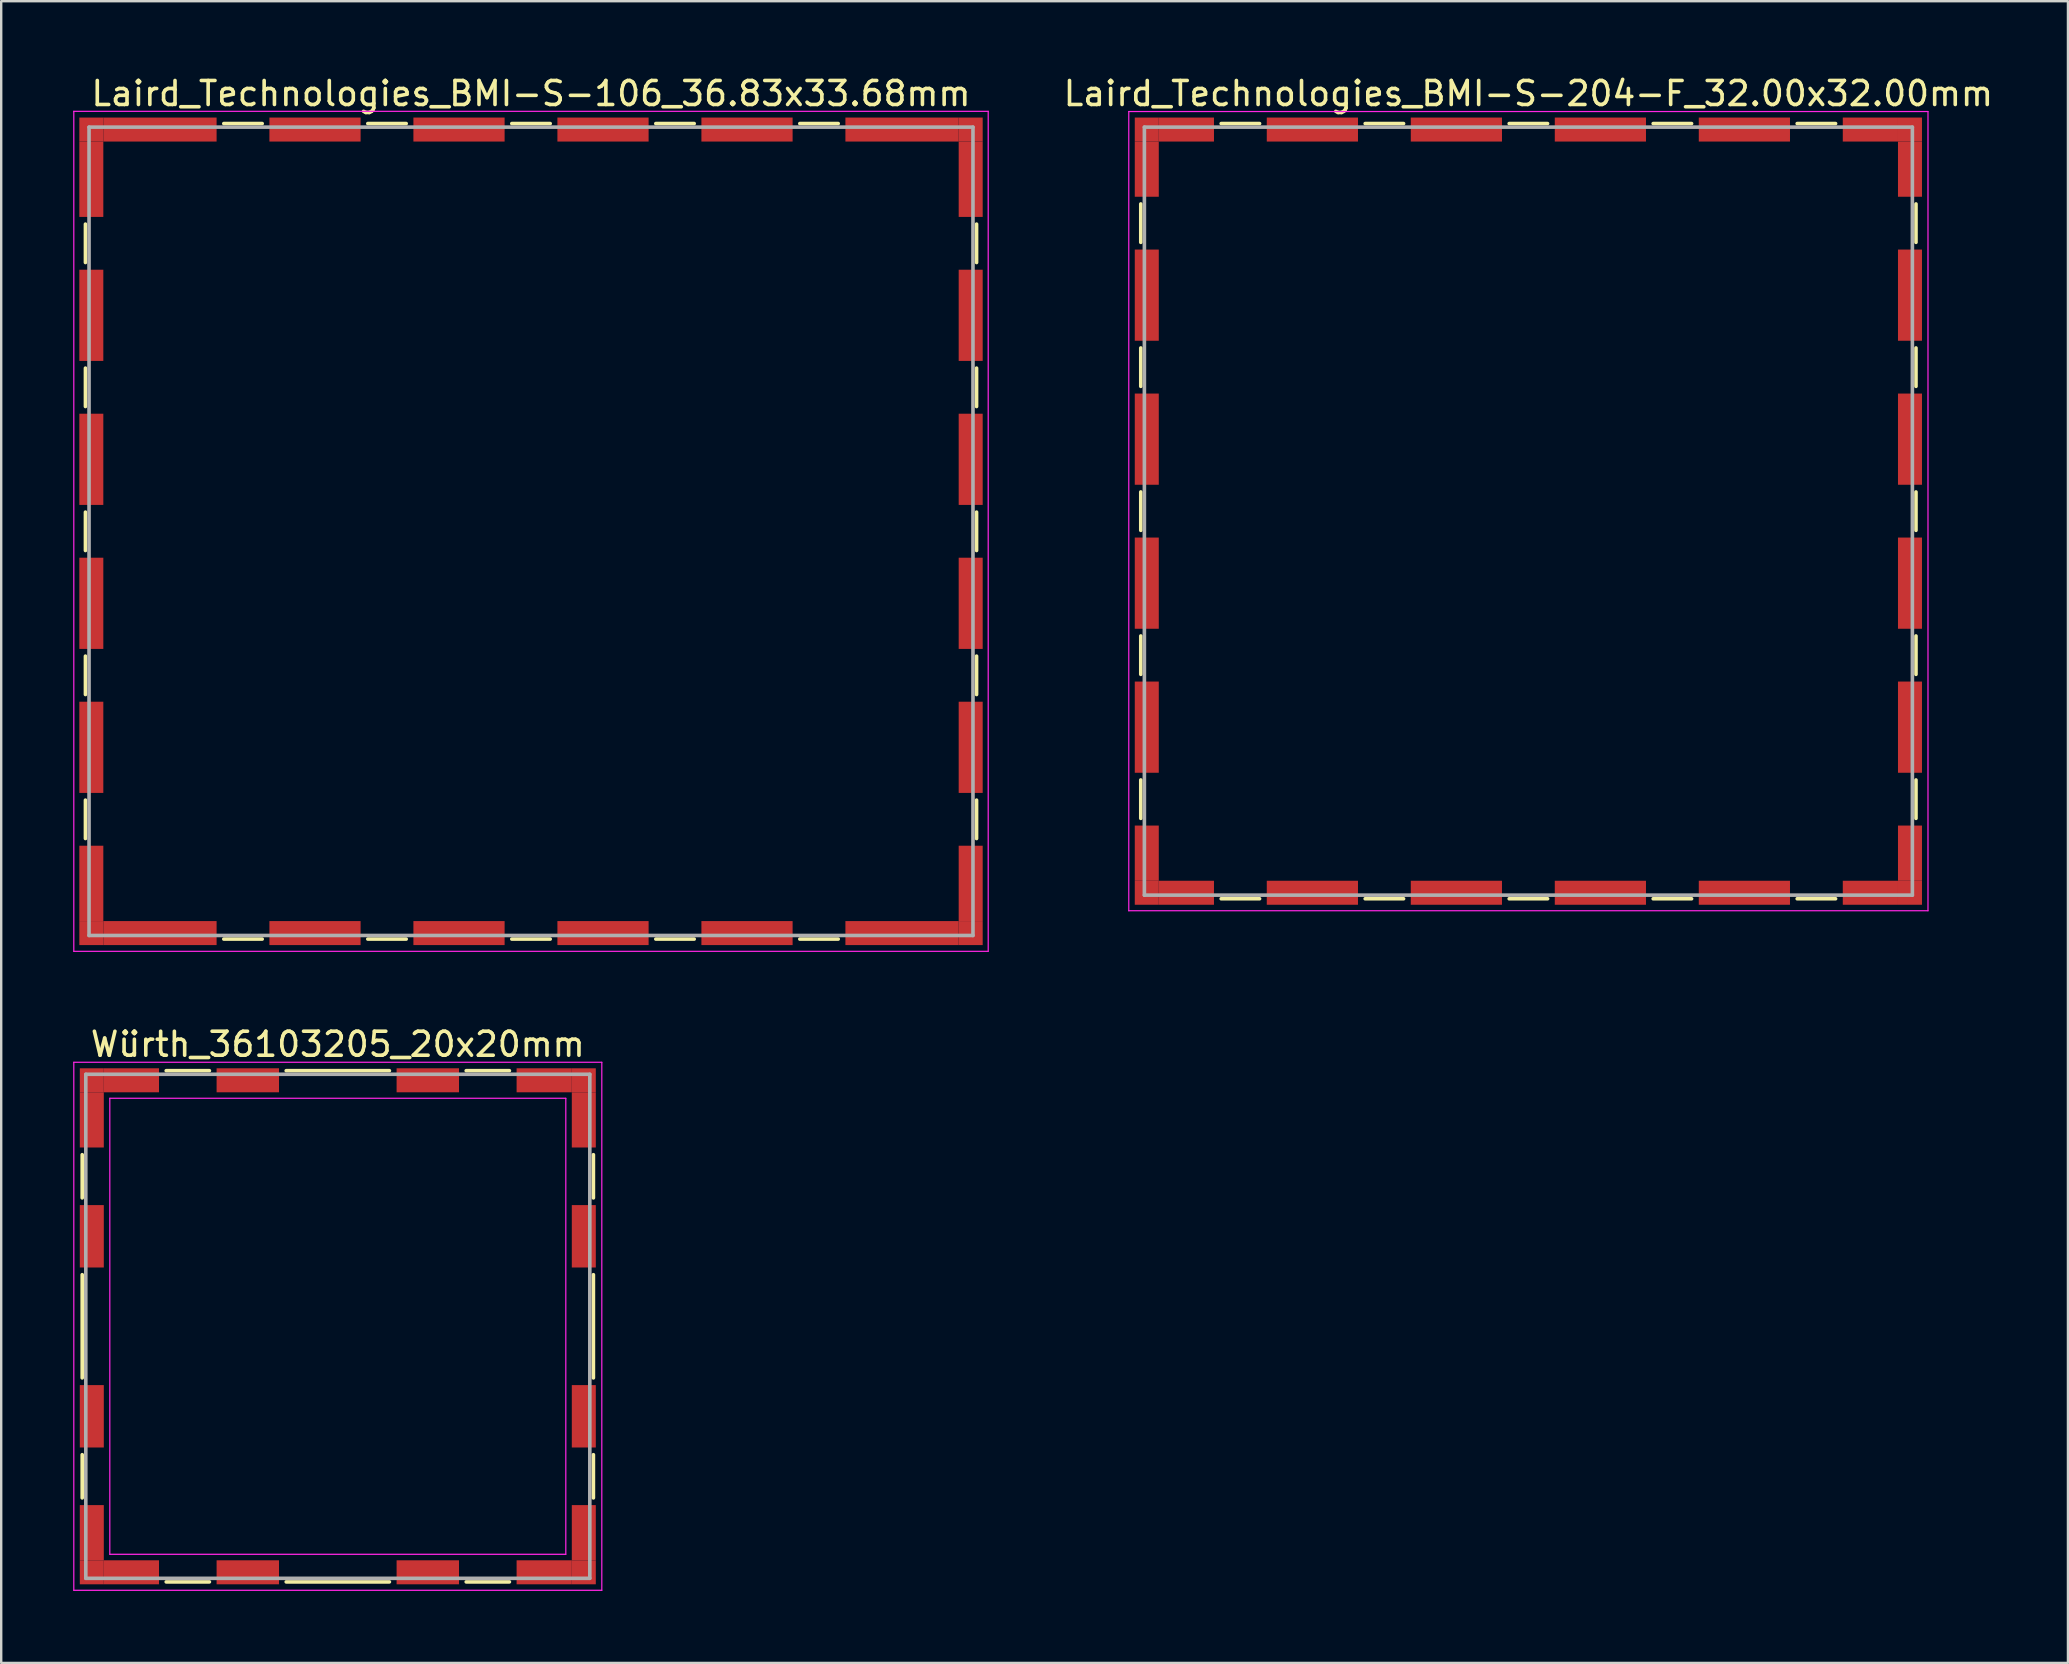
<source format=kicad_pcb>
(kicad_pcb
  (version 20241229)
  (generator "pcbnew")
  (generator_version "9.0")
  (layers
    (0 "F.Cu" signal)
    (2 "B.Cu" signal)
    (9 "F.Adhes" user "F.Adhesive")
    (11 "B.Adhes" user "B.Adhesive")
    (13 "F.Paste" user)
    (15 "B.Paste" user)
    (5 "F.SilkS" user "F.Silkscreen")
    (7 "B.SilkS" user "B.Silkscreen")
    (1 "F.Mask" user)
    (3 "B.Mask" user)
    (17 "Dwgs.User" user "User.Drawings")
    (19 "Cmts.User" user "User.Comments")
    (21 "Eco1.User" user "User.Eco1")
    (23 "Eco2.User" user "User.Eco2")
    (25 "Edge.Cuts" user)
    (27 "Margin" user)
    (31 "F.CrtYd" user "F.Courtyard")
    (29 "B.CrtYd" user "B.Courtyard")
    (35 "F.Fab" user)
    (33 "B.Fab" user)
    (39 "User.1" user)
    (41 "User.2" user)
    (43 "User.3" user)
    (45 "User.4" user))
  (footprint "Laird_Technologies_BMI-S-106_36.83x33.68mm"
    (layer "F.Cu")
    (at 19.075 19.088)
    (property "Reference" "Laird_Technologies_BMI-S-106_36.83x33.68mm" (at 0 -18.24 0) (layer "F.SilkS") (effects (font (size 1 1) (thickness 0.15))))
    (attr smd)
    (fp_line (start -18.565 -12.8) (end -18.565 -11.2) (stroke (width 0.15) (type solid)) (layer "F.SilkS"))
    (fp_line (start -18.565 -6.8) (end -18.565 -5.2) (stroke (width 0.15) (type solid)) (layer "F.SilkS"))
    (fp_line (start -18.565 -0.8) (end -18.565 0.8) (stroke (width 0.15) (type solid)) (layer "F.SilkS"))
    (fp_line (start -18.565 5.2) (end -18.565 6.8) (stroke (width 0.15) (type solid)) (layer "F.SilkS"))
    (fp_line (start -18.565 11.2) (end -18.565 12.8) (stroke (width 0.15) (type solid)) (layer "F.SilkS"))
    (fp_line (start -12.8 -16.99) (end -11.2 -16.99) (stroke (width 0.15) (type solid)) (layer "F.SilkS"))
    (fp_line (start -12.8 16.99) (end -11.2 16.99) (stroke (width 0.15) (type solid)) (layer "F.SilkS"))
    (fp_line (start -6.8 -16.99) (end -5.2 -16.99) (stroke (width 0.15) (type solid)) (layer "F.SilkS"))
    (fp_line (start -6.8 16.99) (end -5.2 16.99) (stroke (width 0.15) (type solid)) (layer "F.SilkS"))
    (fp_line (start -0.8 -16.99) (end 0.8 -16.99) (stroke (width 0.15) (type solid)) (layer "F.SilkS"))
    (fp_line (start -0.8 16.99) (end 0.8 16.99) (stroke (width 0.15) (type solid)) (layer "F.SilkS"))
    (fp_line (start 5.2 -16.99) (end 6.8 -16.99) (stroke (width 0.15) (type solid)) (layer "F.SilkS"))
    (fp_line (start 5.2 16.99) (end 6.8 16.99) (stroke (width 0.15) (type solid)) (layer "F.SilkS"))
    (fp_line (start 11.2 -16.99) (end 12.8 -16.99) (stroke (width 0.15) (type solid)) (layer "F.SilkS"))
    (fp_line (start 11.2 16.99) (end 12.8 16.99) (stroke (width 0.15) (type solid)) (layer "F.SilkS"))
    (fp_line (start 18.565 -12.8) (end 18.565 -11.2) (stroke (width 0.15) (type solid)) (layer "F.SilkS"))
    (fp_line (start 18.565 -6.8) (end 18.565 -5.2) (stroke (width 0.15) (type solid)) (layer "F.SilkS"))
    (fp_line (start 18.565 -0.8) (end 18.565 0.8) (stroke (width 0.15) (type solid)) (layer "F.SilkS"))
    (fp_line (start 18.565 5.2) (end 18.565 6.8) (stroke (width 0.15) (type solid)) (layer "F.SilkS"))
    (fp_line (start 18.565 11.2) (end 18.565 12.8) (stroke (width 0.15) (type solid)) (layer "F.SilkS"))
    (fp_line (start -19.05 -17.5) (end -19.05 17.5) (stroke (width 0.05) (type solid)) (layer "F.CrtYd"))
    (fp_line (start -19.05 17.5) (end 19.05 17.5) (stroke (width 0.05) (type solid)) (layer "F.CrtYd"))
    (fp_line (start 19.05 -17.5) (end -19.05 -17.5) (stroke (width 0.05) (type solid)) (layer "F.CrtYd"))
    (fp_line (start 19.05 17.5) (end 19.05 -17.5) (stroke (width 0.05) (type solid)) (layer "F.CrtYd"))
    (fp_line (start -18.415 -16.84) (end -18.415 16.84) (stroke (width 0.15) (type solid)) (layer "F.Fab"))
    (fp_line (start -18.415 16.84) (end 18.415 16.84) (stroke (width 0.15) (type solid)) (layer "F.Fab"))
    (fp_line (start 18.415 -16.84) (end -18.415 -16.84) (stroke (width 0.15) (type solid)) (layer "F.Fab"))
    (fp_line (start 18.415 16.84) (end 18.415 -16.84) (stroke (width 0.15) (type solid)) (layer "F.Fab"))
    (pad "1" smd rect (at -18.32 -16.74) (size 1 1) (layers "F.Cu" "F.Mask"))
    (pad "1" smd rect (at -18.32 -14.67) (size 1 3.14) (layers "F.Cu" "F.Mask"))
    (pad "1" smd rect (at -18.32 -9) (size 1 3.8) (layers "F.Cu" "F.Mask"))
    (pad "1" smd rect (at -18.32 -3) (size 1 3.8) (layers "F.Cu" "F.Mask"))
    (pad "1" smd rect (at -18.32 3) (size 1 3.8) (layers "F.Cu" "F.Mask"))
    (pad "1" smd rect (at -18.32 9) (size 1 3.8) (layers "F.Cu" "F.Mask"))
    (pad "1" smd rect (at -18.32 14.67) (size 1 3.14) (layers "F.Cu" "F.Mask"))
    (pad "1" smd rect (at -18.32 16.74) (size 1 1) (layers "F.Cu" "F.Mask"))
    (pad "1" smd rect (at -15.46 -16.74) (size 4.72 1) (layers "F.Cu" "F.Mask"))
    (pad "1" smd rect (at -15.46 16.74) (size 4.72 1) (layers "F.Cu" "F.Mask"))
    (pad "1" smd rect (at -9 -16.74) (size 3.8 1) (layers "F.Cu" "F.Mask"))
    (pad "1" smd rect (at -9 16.74) (size 3.8 1) (layers "F.Cu" "F.Mask"))
    (pad "1" smd rect (at -3 -16.74) (size 3.8 1) (layers "F.Cu" "F.Mask"))
    (pad "1" smd rect (at -3 16.74) (size 3.8 1) (layers "F.Cu" "F.Mask"))
    (pad "1" smd rect (at 3 -16.74) (size 3.8 1) (layers "F.Cu" "F.Mask"))
    (pad "1" smd rect (at 3 16.74) (size 3.8 1) (layers "F.Cu" "F.Mask"))
    (pad "1" smd rect (at 9 -16.74) (size 3.8 1) (layers "F.Cu" "F.Mask"))
    (pad "1" smd rect (at 9 16.74) (size 3.8 1) (layers "F.Cu" "F.Mask"))
    (pad "1" smd rect (at 15.46 -16.74) (size 4.72 1) (layers "F.Cu" "F.Mask"))
    (pad "1" smd rect (at 15.46 16.74) (size 4.72 1) (layers "F.Cu" "F.Mask"))
    (pad "1" smd rect (at 18.32 -16.74) (size 1 1) (layers "F.Cu" "F.Mask"))
    (pad "1" smd rect (at 18.32 -14.67) (size 1 3.14) (layers "F.Cu" "F.Mask"))
    (pad "1" smd rect (at 18.32 -9) (size 1 3.8) (layers "F.Cu" "F.Mask"))
    (pad "1" smd rect (at 18.32 -3) (size 1 3.8) (layers "F.Cu" "F.Mask"))
    (pad "1" smd rect (at 18.32 3) (size 1 3.8) (layers "F.Cu" "F.Mask"))
    (pad "1" smd rect (at 18.32 9) (size 1 3.8) (layers "F.Cu" "F.Mask"))
    (pad "1" smd rect (at 18.32 14.67) (size 1 3.14) (layers "F.Cu" "F.Mask"))
    (pad "1" smd rect (at 18.32 16.74) (size 1 1) (layers "F.Cu" "F.Mask")))
  (footprint "Laird_Technologies_BMI-S-204-F_32.00x32.00mm"
    (layer "F.Cu")
    (at 60.632 18.248)
    (property "Reference" "Laird_Technologies_BMI-S-204-F_32.00x32.00mm" (at 0 -17.4 0) (layer "F.SilkS") (effects (font (size 1 1) (thickness 0.15))))
    (attr smd)
    (fp_line (start -16.15 -12.8) (end -16.15 -11.2) (stroke (width 0.15) (type solid)) (layer "F.SilkS"))
    (fp_line (start -16.15 -6.8) (end -16.15 -5.2) (stroke (width 0.15) (type solid)) (layer "F.SilkS"))
    (fp_line (start -16.15 -0.8) (end -16.15 0.8) (stroke (width 0.15) (type solid)) (layer "F.SilkS"))
    (fp_line (start -16.15 5.2) (end -16.15 6.8) (stroke (width 0.15) (type solid)) (layer "F.SilkS"))
    (fp_line (start -16.15 11.2) (end -16.15 12.8) (stroke (width 0.15) (type solid)) (layer "F.SilkS"))
    (fp_line (start -12.8 -16.15) (end -11.2 -16.15) (stroke (width 0.15) (type solid)) (layer "F.SilkS"))
    (fp_line (start -12.8 16.15) (end -11.2 16.15) (stroke (width 0.15) (type solid)) (layer "F.SilkS"))
    (fp_line (start -6.8 -16.15) (end -5.2 -16.15) (stroke (width 0.15) (type solid)) (layer "F.SilkS"))
    (fp_line (start -6.8 16.15) (end -5.2 16.15) (stroke (width 0.15) (type solid)) (layer "F.SilkS"))
    (fp_line (start -0.8 -16.15) (end 0.8 -16.15) (stroke (width 0.15) (type solid)) (layer "F.SilkS"))
    (fp_line (start -0.8 16.15) (end 0.8 16.15) (stroke (width 0.15) (type solid)) (layer "F.SilkS"))
    (fp_line (start 5.2 -16.15) (end 6.8 -16.15) (stroke (width 0.15) (type solid)) (layer "F.SilkS"))
    (fp_line (start 5.2 16.15) (end 6.8 16.15) (stroke (width 0.15) (type solid)) (layer "F.SilkS"))
    (fp_line (start 11.2 -16.15) (end 12.8 -16.15) (stroke (width 0.15) (type solid)) (layer "F.SilkS"))
    (fp_line (start 11.2 16.15) (end 12.8 16.15) (stroke (width 0.15) (type solid)) (layer "F.SilkS"))
    (fp_line (start 16.15 -12.8) (end 16.15 -11.2) (stroke (width 0.15) (type solid)) (layer "F.SilkS"))
    (fp_line (start 16.15 -6.8) (end 16.15 -5.2) (stroke (width 0.15) (type solid)) (layer "F.SilkS"))
    (fp_line (start 16.15 -0.8) (end 16.15 0.8) (stroke (width 0.15) (type solid)) (layer "F.SilkS"))
    (fp_line (start 16.15 5.2) (end 16.15 6.8) (stroke (width 0.15) (type solid)) (layer "F.SilkS"))
    (fp_line (start 16.15 11.2) (end 16.15 12.8) (stroke (width 0.15) (type solid)) (layer "F.SilkS"))
    (fp_line (start -16.65 -16.65) (end -16.65 16.65) (stroke (width 0.05) (type solid)) (layer "F.CrtYd"))
    (fp_line (start -16.65 16.65) (end 16.65 16.65) (stroke (width 0.05) (type solid)) (layer "F.CrtYd"))
    (fp_line (start 16.65 -16.65) (end -16.65 -16.65) (stroke (width 0.05) (type solid)) (layer "F.CrtYd"))
    (fp_line (start 16.65 16.65) (end 16.65 -16.65) (stroke (width 0.05) (type solid)) (layer "F.CrtYd"))
    (fp_line (start -16 -16) (end -16 16) (stroke (width 0.15) (type solid)) (layer "F.Fab"))
    (fp_line (start -16 16) (end 16 16) (stroke (width 0.15) (type solid)) (layer "F.Fab"))
    (fp_line (start 16 -16) (end -16 -16) (stroke (width 0.15) (type solid)) (layer "F.Fab"))
    (fp_line (start 16 16) (end 16 -16) (stroke (width 0.15) (type solid)) (layer "F.Fab"))
    (pad "1" smd rect (at -15.9 -15.9) (size 1 1) (layers "F.Cu" "F.Mask"))
    (pad "1" smd rect (at -15.9 -14.25) (size 1 2.3) (layers "F.Cu" "F.Mask"))
    (pad "1" smd rect (at -15.9 -9) (size 1 3.8) (layers "F.Cu" "F.Mask"))
    (pad "1" smd rect (at -15.9 -3) (size 1 3.8) (layers "F.Cu" "F.Mask"))
    (pad "1" smd rect (at -15.9 3) (size 1 3.8) (layers "F.Cu" "F.Mask"))
    (pad "1" smd rect (at -15.9 9) (size 1 3.8) (layers "F.Cu" "F.Mask"))
    (pad "1" smd rect (at -15.9 14.25) (size 1 2.3) (layers "F.Cu" "F.Mask"))
    (pad "1" smd rect (at -15.9 15.9) (size 1 1) (layers "F.Cu" "F.Mask"))
    (pad "1" smd rect (at -14.25 -15.9) (size 2.3 1) (layers "F.Cu" "F.Mask"))
    (pad "1" smd rect (at -14.25 15.9) (size 2.3 1) (layers "F.Cu" "F.Mask"))
    (pad "1" smd rect (at -9 -15.9) (size 3.8 1) (layers "F.Cu" "F.Mask"))
    (pad "1" smd rect (at -9 15.9) (size 3.8 1) (layers "F.Cu" "F.Mask"))
    (pad "1" smd rect (at -3 -15.9) (size 3.8 1) (layers "F.Cu" "F.Mask"))
    (pad "1" smd rect (at -3 15.9) (size 3.8 1) (layers "F.Cu" "F.Mask"))
    (pad "1" smd rect (at 3 -15.9) (size 3.8 1) (layers "F.Cu" "F.Mask"))
    (pad "1" smd rect (at 3 15.9) (size 3.8 1) (layers "F.Cu" "F.Mask"))
    (pad "1" smd rect (at 9 -15.9) (size 3.8 1) (layers "F.Cu" "F.Mask"))
    (pad "1" smd rect (at 9 15.9) (size 3.8 1) (layers "F.Cu" "F.Mask"))
    (pad "1" smd rect (at 14.25 -15.9) (size 2.3 1) (layers "F.Cu" "F.Mask"))
    (pad "1" smd rect (at 14.25 15.9) (size 2.3 1) (layers "F.Cu" "F.Mask"))
    (pad "1" smd rect (at 15.9 -15.9) (size 1 1) (layers "F.Cu" "F.Mask"))
    (pad "1" smd rect (at 15.9 -14.25) (size 1 2.3) (layers "F.Cu" "F.Mask"))
    (pad "1" smd rect (at 15.9 -9) (size 1 3.8) (layers "F.Cu" "F.Mask"))
    (pad "1" smd rect (at 15.9 -3) (size 1 3.8) (layers "F.Cu" "F.Mask"))
    (pad "1" smd rect (at 15.9 3) (size 1 3.8) (layers "F.Cu" "F.Mask"))
    (pad "1" smd rect (at 15.9 9) (size 1 3.8) (layers "F.Cu" "F.Mask"))
    (pad "1" smd rect (at 15.9 14.25) (size 1 2.3) (layers "F.Cu" "F.Mask"))
    (pad "1" smd rect (at 15.9 15.9) (size 1 1) (layers "F.Cu" "F.Mask")))
  (footprint "Würth_36103205_20x20mm"
    (layer "F.Cu")
    (at 11.025 52.212)
    (property "Reference" "Würth_36103205_20x20mm" (at 0 -11.75 0) (layer "F.SilkS") (effects (font (size 1 1) (thickness 0.15))))
    (attr smd)
    (fp_line (start -10.65 -7.15) (end -10.65 -5.35) (stroke (width 0.15) (type solid)) (layer "F.SilkS"))
    (fp_line (start -10.65 -2.15) (end -10.65 2.15) (stroke (width 0.15) (type solid)) (layer "F.SilkS"))
    (fp_line (start -10.65 5.35) (end -10.65 7.15) (stroke (width 0.15) (type solid)) (layer "F.SilkS"))
    (fp_line (start -7.15 -10.65) (end -5.35 -10.65) (stroke (width 0.15) (type solid)) (layer "F.SilkS"))
    (fp_line (start -7.15 10.65) (end -5.35 10.65) (stroke (width 0.15) (type solid)) (layer "F.SilkS"))
    (fp_line (start -2.15 -10.65) (end 2.15 -10.65) (stroke (width 0.15) (type solid)) (layer "F.SilkS"))
    (fp_line (start -2.15 10.65) (end 2.15 10.65) (stroke (width 0.15) (type solid)) (layer "F.SilkS"))
    (fp_line (start 5.35 -10.65) (end 7.15 -10.65) (stroke (width 0.15) (type solid)) (layer "F.SilkS"))
    (fp_line (start 5.35 10.65) (end 7.15 10.65) (stroke (width 0.15) (type solid)) (layer "F.SilkS"))
    (fp_line (start 10.65 -7.15) (end 10.65 -5.35) (stroke (width 0.15) (type solid)) (layer "F.SilkS"))
    (fp_line (start 10.65 -2.15) (end 10.65 2.15) (stroke (width 0.15) (type solid)) (layer "F.SilkS"))
    (fp_line (start 10.65 5.35) (end 10.65 7.15) (stroke (width 0.15) (type solid)) (layer "F.SilkS"))
    (fp_line (start -11 -11) (end -11 11) (stroke (width 0.05) (type solid)) (layer "F.CrtYd"))
    (fp_line (start -11 11) (end 11 11) (stroke (width 0.05) (type solid)) (layer "F.CrtYd"))
    (fp_line (start -9.5 -9.5) (end -9.5 9.5) (stroke (width 0.05) (type solid)) (layer "F.CrtYd"))
    (fp_line (start -9.5 9.5) (end 9.5 9.5) (stroke (width 0.05) (type solid)) (layer "F.CrtYd"))
    (fp_line (start 9.5 -9.5) (end -9.5 -9.5) (stroke (width 0.05) (type solid)) (layer "F.CrtYd"))
    (fp_line (start 9.5 9.5) (end 9.5 -9.5) (stroke (width 0.05) (type solid)) (layer "F.CrtYd"))
    (fp_line (start 11 -11) (end -11 -11) (stroke (width 0.05) (type solid)) (layer "F.CrtYd"))
    (fp_line (start 11 11) (end 11 -11) (stroke (width 0.05) (type solid)) (layer "F.CrtYd"))
    (fp_line (start -10.5 -10.5) (end -10.5 10.5) (stroke (width 0.15) (type solid)) (layer "F.Fab"))
    (fp_line (start -10.5 10.5) (end 10.5 10.5) (stroke (width 0.15) (type solid)) (layer "F.Fab"))
    (fp_line (start 10.5 -10.5) (end -10.5 -10.5) (stroke (width 0.15) (type solid)) (layer "F.Fab"))
    (fp_line (start 10.5 10.5) (end 10.5 -10.5) (stroke (width 0.15) (type solid)) (layer "F.Fab"))
    (pad "1" smd rect (at -10.25 -10.25) (size 1 1) (layers "F.Cu" "F.Mask"))
    (pad "1" smd rect (at -10.25 -8.6) (size 1 2.3) (layers "F.Cu" "F.Mask"))
    (pad "1" smd rect (at -10.25 -3.75) (size 1 2.6) (layers "F.Cu" "F.Mask"))
    (pad "1" smd rect (at -10.25 3.75) (size 1 2.6) (layers "F.Cu" "F.Mask"))
    (pad "1" smd rect (at -10.25 8.6) (size 1 2.3) (layers "F.Cu" "F.Mask"))
    (pad "1" smd rect (at -10.25 10.25) (size 1 1) (layers "F.Cu" "F.Mask"))
    (pad "1" smd rect (at -8.6 -10.25) (size 2.3 1) (layers "F.Cu" "F.Mask"))
    (pad "1" smd rect (at -8.6 10.25) (size 2.3 1) (layers "F.Cu" "F.Mask"))
    (pad "1" smd rect (at -3.75 -10.25) (size 2.6 1) (layers "F.Cu" "F.Mask"))
    (pad "1" smd rect (at -3.75 10.25) (size 2.6 1) (layers "F.Cu" "F.Mask"))
    (pad "1" smd rect (at 3.75 -10.25) (size 2.6 1) (layers "F.Cu" "F.Mask"))
    (pad "1" smd rect (at 3.75 10.25) (size 2.6 1) (layers "F.Cu" "F.Mask"))
    (pad "1" smd rect (at 8.6 -10.25) (size 2.3 1) (layers "F.Cu" "F.Mask"))
    (pad "1" smd rect (at 8.6 10.25) (size 2.3 1) (layers "F.Cu" "F.Mask"))
    (pad "1" smd rect (at 10.25 -10.25) (size 1 1) (layers "F.Cu" "F.Mask"))
    (pad "1" smd rect (at 10.25 -8.6) (size 1 2.3) (layers "F.Cu" "F.Mask"))
    (pad "1" smd rect (at 10.25 -3.75) (size 1 2.6) (layers "F.Cu" "F.Mask"))
    (pad "1" smd rect (at 10.25 3.75) (size 1 2.6) (layers "F.Cu" "F.Mask"))
    (pad "1" smd rect (at 10.25 8.6) (size 1 2.3) (layers "F.Cu" "F.Mask"))
    (pad "1" smd rect (at 10.25 10.25) (size 1 1) (layers "F.Cu" "F.Mask")))
  (gr_rect
    (start -3 -3)
    (end 83.114 66.237)
    (stroke (width 0.1) (type default))
    (fill no)
    (layer "Edge.Cuts")))
</source>
